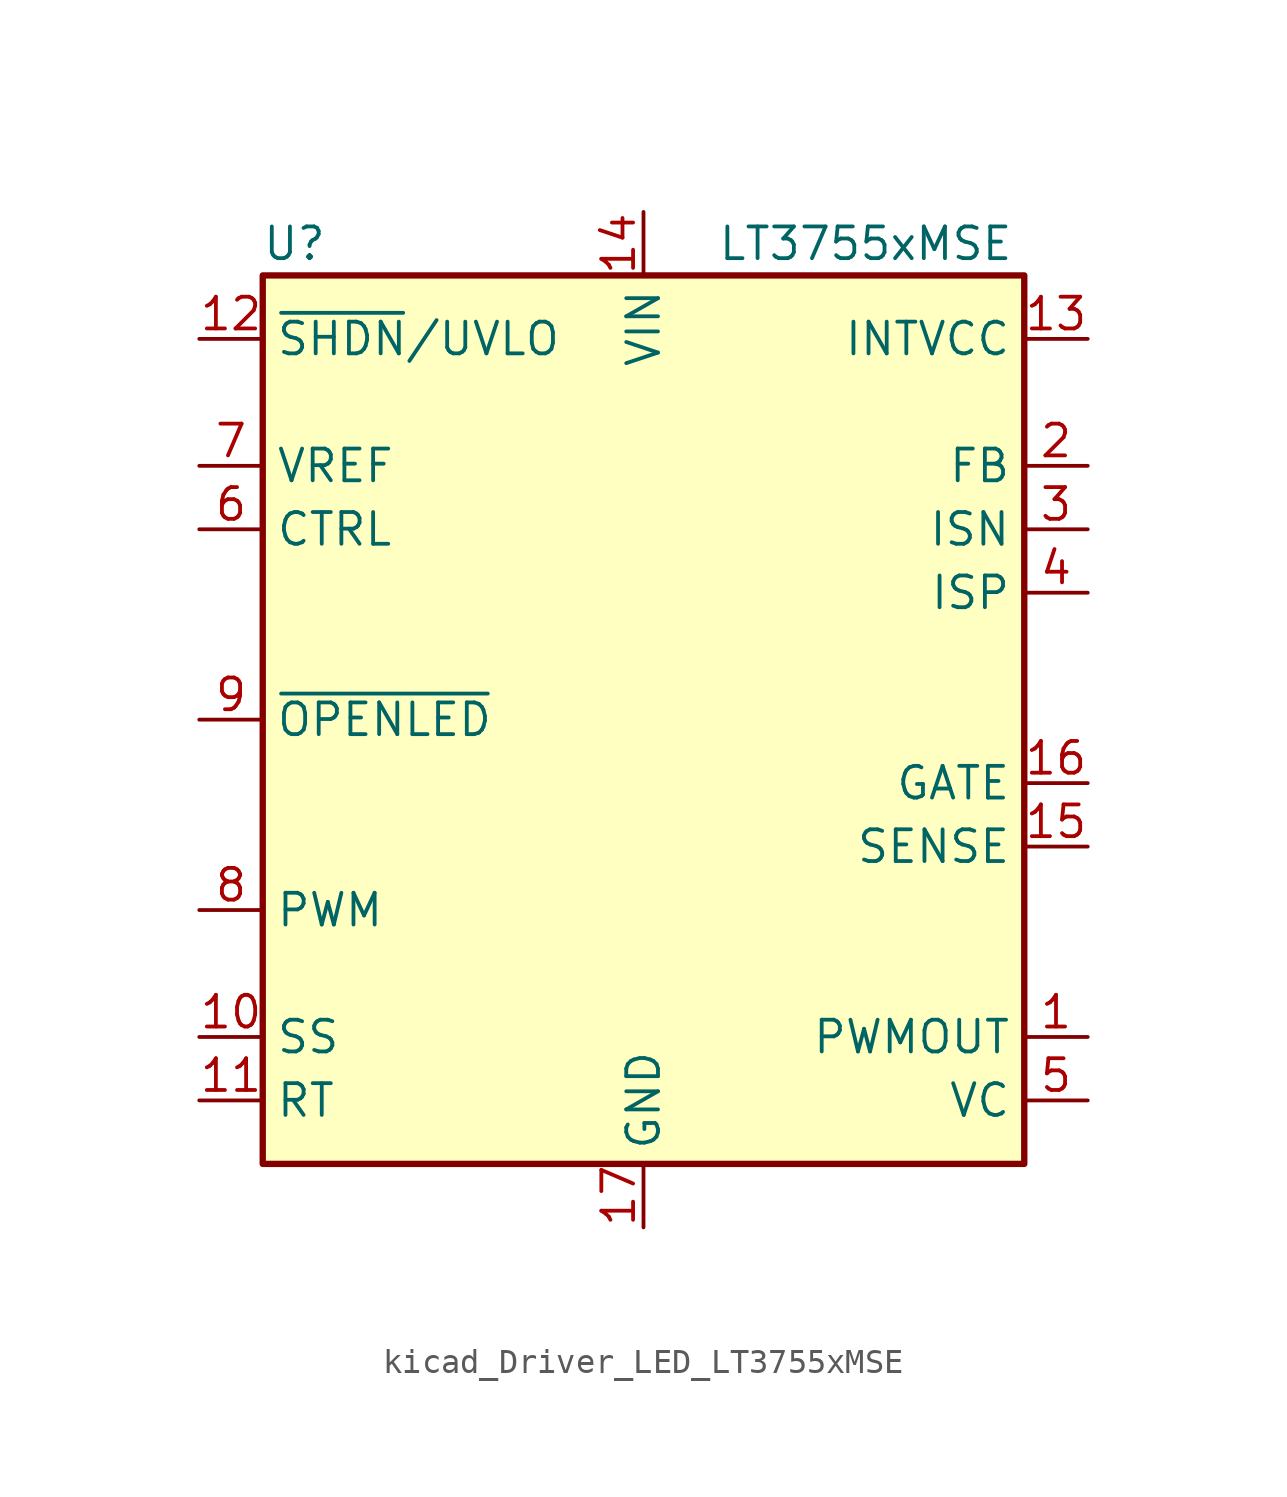
<source format=kicad_sym>
(kicad_symbol_lib
  (version 20220914)
  (generator kicad_symbol_editor)
  (symbol "kicad_Driver_LED_LT3755xMSE"
    (property "Reference" "U"
      (at -13.97 19.05 0)
      (effects (font (size 1.27 1.27))))
    (property "Value" "LT3755xMSE"
      (at 8.89 19.05 0)
      (effects (font (size 1.27 1.27))))
    (symbol "kicad_Driver_LED_LT3755xMSE_0_1"
      (rectangle (start -15.24 -17.78) (end 15.24 17.78) (stroke (width 0.254) (type default)) (fill (type background))))
    (symbol "kicad_Driver_LED_LT3755xMSE_1_1"
      (pin output line (at 17.78 -12.7 180) (length 2.54) (name "PWMOUT" (effects (font (size 1.27 1.27)))) (number "1" (effects (font (size 1.27 1.27)))))
      (pin input line (at -17.78 -12.7 0) (length 2.54) (name "SS" (effects (font (size 1.27 1.27)))) (number "10" (effects (font (size 1.27 1.27)))))
      (pin input line (at -17.78 -15.24 0) (length 2.54) (name "RT" (effects (font (size 1.27 1.27)))) (number "11" (effects (font (size 1.27 1.27)))))
      (pin input line (at -17.78 15.24 0) (length 2.54) (name "~{SHDN}/UVLO" (effects (font (size 1.27 1.27)))) (number "12" (effects (font (size 1.27 1.27)))))
      (pin power_out line (at 17.78 15.24 180) (length 2.54) (name "INTVCC" (effects (font (size 1.27 1.27)))) (number "13" (effects (font (size 1.27 1.27)))))
      (pin power_in line (at 0 20.32 270) (length 2.54) (name "VIN" (effects (font (size 1.27 1.27)))) (number "14" (effects (font (size 1.27 1.27)))))
      (pin input line (at 17.78 -5.08 180) (length 2.54) (name "SENSE" (effects (font (size 1.27 1.27)))) (number "15" (effects (font (size 1.27 1.27)))))
      (pin output line (at 17.78 -2.54 180) (length 2.54) (name "GATE" (effects (font (size 1.27 1.27)))) (number "16" (effects (font (size 1.27 1.27)))))
      (pin power_in line (at 0 -20.32 90) (length 2.54) (name "GND" (effects (font (size 1.27 1.27)))) (number "17" (effects (font (size 1.27 1.27)))))
      (pin input line (at 17.78 10.16 180) (length 2.54) (name "FB" (effects (font (size 1.27 1.27)))) (number "2" (effects (font (size 1.27 1.27)))))
      (pin input line (at 17.78 7.62 180) (length 2.54) (name "ISN" (effects (font (size 1.27 1.27)))) (number "3" (effects (font (size 1.27 1.27)))))
      (pin input line (at 17.78 5.08 180) (length 2.54) (name "ISP" (effects (font (size 1.27 1.27)))) (number "4" (effects (font (size 1.27 1.27)))))
      (pin output line (at 17.78 -15.24 180) (length 2.54) (name "VC" (effects (font (size 1.27 1.27)))) (number "5" (effects (font (size 1.27 1.27)))))
      (pin input line (at -17.78 7.62 0) (length 2.54) (name "CTRL" (effects (font (size 1.27 1.27)))) (number "6" (effects (font (size 1.27 1.27)))))
      (pin output line (at -17.78 10.16 0) (length 2.54) (name "VREF" (effects (font (size 1.27 1.27)))) (number "7" (effects (font (size 1.27 1.27)))))
      (pin input line (at -17.78 -7.62 0) (length 2.54) (name "PWM" (effects (font (size 1.27 1.27)))) (number "8" (effects (font (size 1.27 1.27)))))
      (pin open_collector line (at -17.78 0 0) (length 2.54) (name "~{OPENLED}" (effects (font (size 1.27 1.27)))) (number "9" (effects (font (size 1.27 1.27))))))))
</source>
